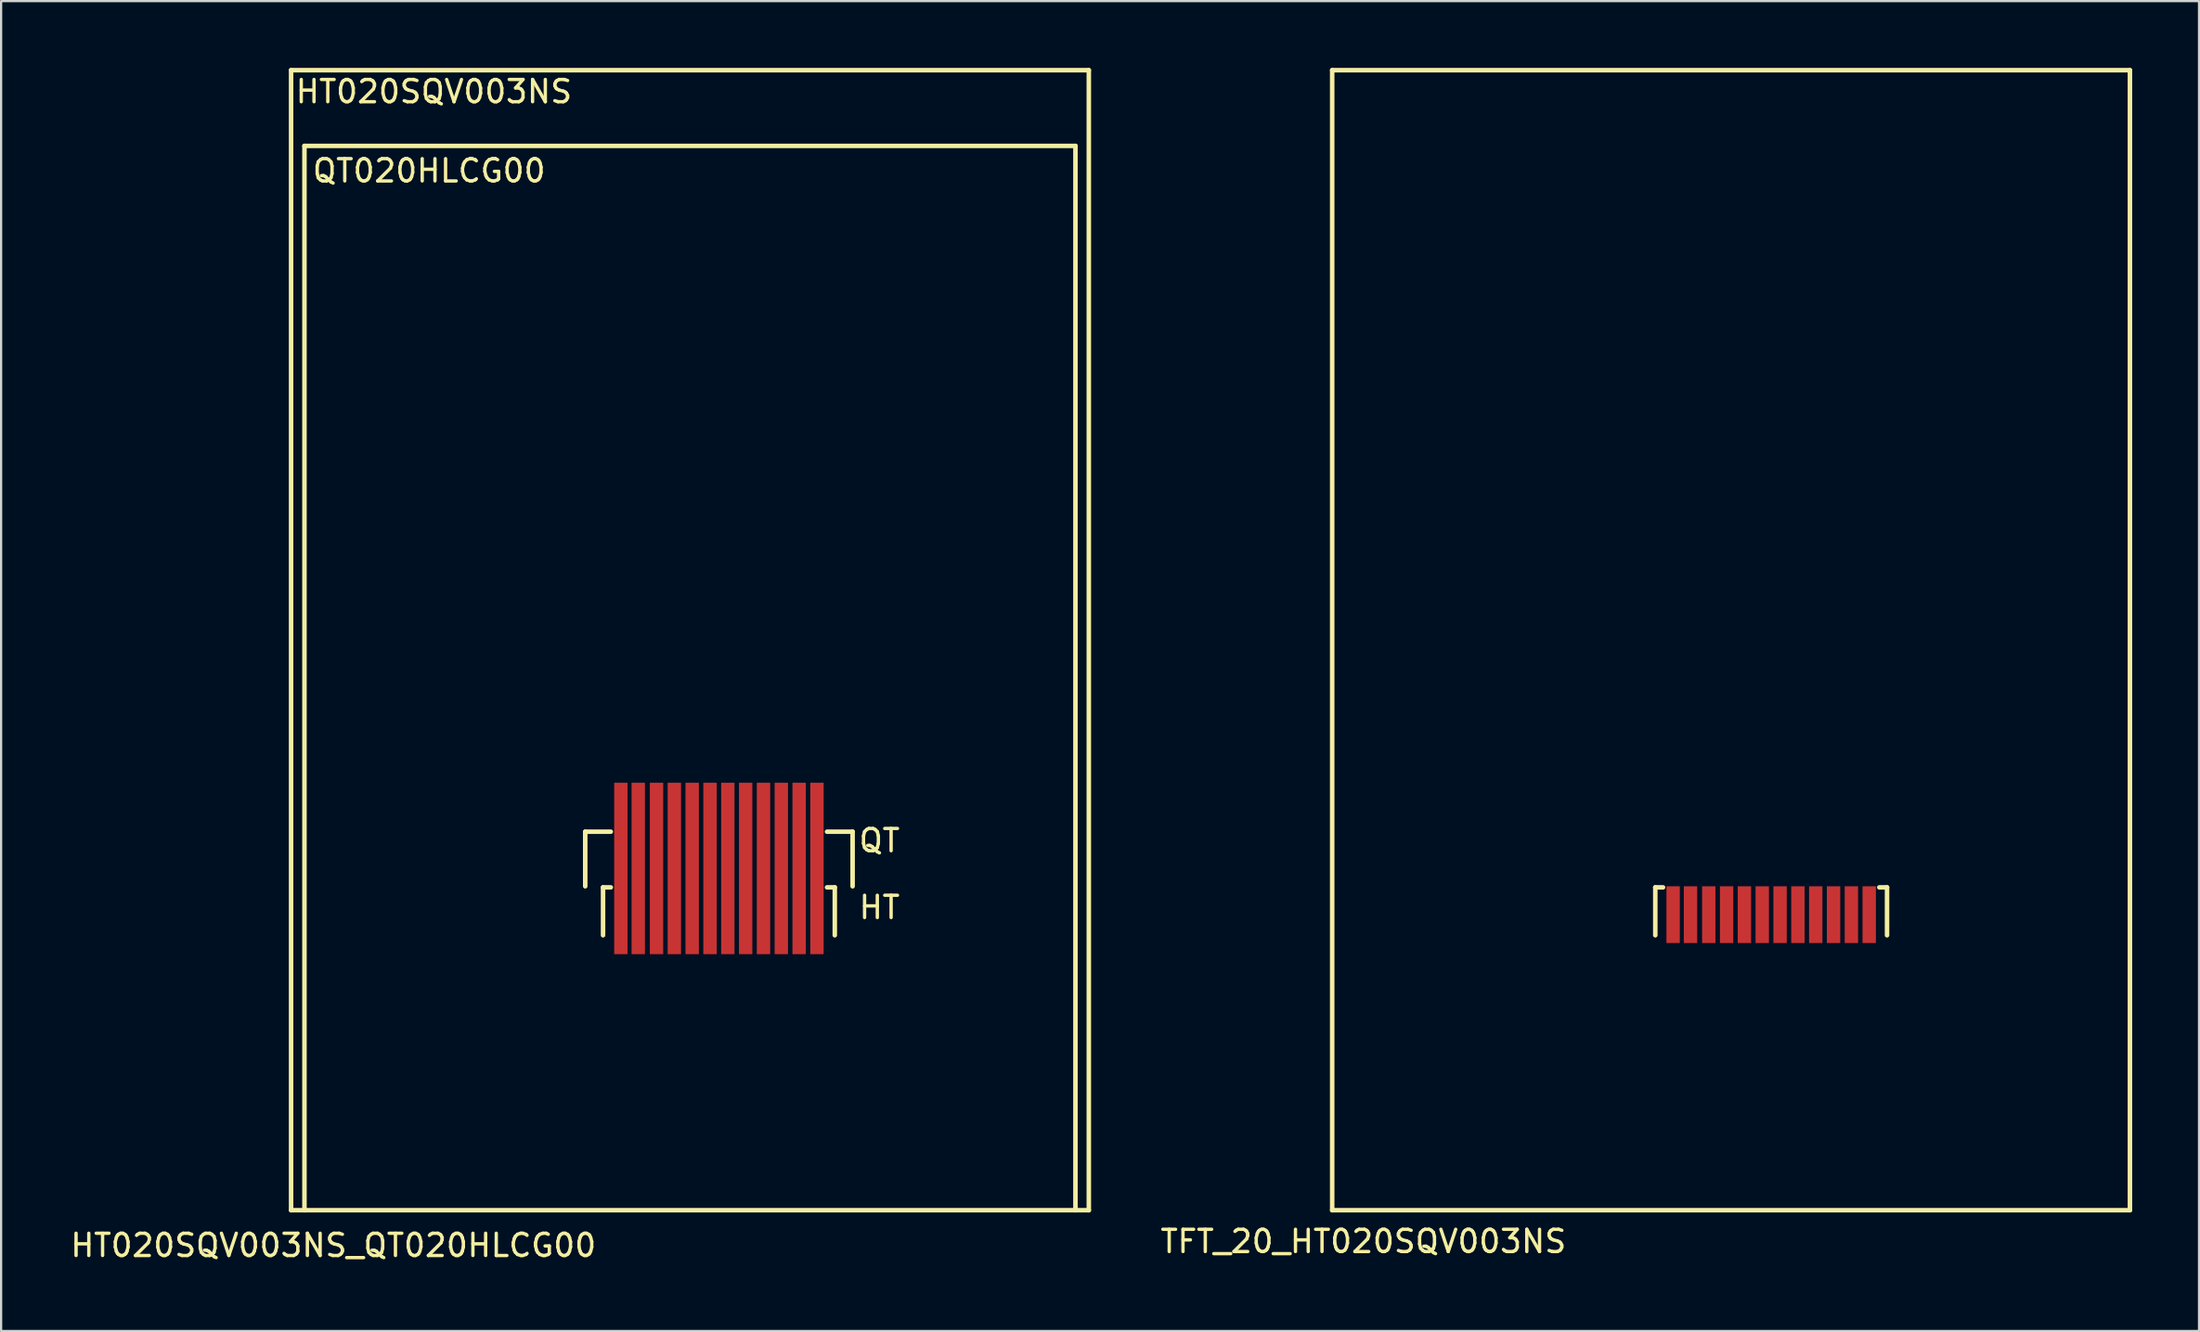
<source format=kicad_pcb>
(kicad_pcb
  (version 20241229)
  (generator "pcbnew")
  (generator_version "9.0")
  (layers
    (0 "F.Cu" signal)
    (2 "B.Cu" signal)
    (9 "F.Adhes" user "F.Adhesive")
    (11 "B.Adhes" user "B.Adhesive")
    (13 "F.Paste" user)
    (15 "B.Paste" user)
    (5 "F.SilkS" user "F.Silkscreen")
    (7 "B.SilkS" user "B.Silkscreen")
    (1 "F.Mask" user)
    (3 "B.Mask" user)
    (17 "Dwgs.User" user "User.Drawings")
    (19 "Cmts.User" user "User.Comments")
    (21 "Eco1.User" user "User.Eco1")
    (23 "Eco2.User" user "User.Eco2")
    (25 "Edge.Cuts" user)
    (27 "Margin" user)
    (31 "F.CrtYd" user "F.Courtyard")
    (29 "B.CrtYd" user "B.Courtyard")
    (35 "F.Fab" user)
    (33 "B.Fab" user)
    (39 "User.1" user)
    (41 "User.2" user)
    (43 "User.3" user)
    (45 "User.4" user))
  (footprint "TFT_20_HT020SQV003NS"
    (layer "F.Cu")
    (at 74.635 25.702)
    (property "Reference" "TFT_20_HT020SQV003NS" (at -16.5 27 0) (layer "F.SilkS") (effects (font (size 1 1) (thickness 0.15))))
    (attr through_hole)
    (fp_line (start -17.9 -25.6) (end 17.9 -25.6) (stroke (width 0.203) (type solid)) (layer "F.SilkS"))
    (fp_line (start -17.9 25.6) (end -17.9 -25.6) (stroke (width 0.203) (type solid)) (layer "F.SilkS"))
    (fp_line (start -17.9 25.6) (end 17.9 25.6) (stroke (width 0.203) (type solid)) (layer "F.SilkS"))
    (fp_line (start -3.4 11.1) (end -3.052 11.1) (stroke (width 0.203) (type solid)) (layer "F.SilkS"))
    (fp_line (start -3.4 13.252) (end -3.4 11.1) (stroke (width 0.203) (type solid)) (layer "F.SilkS"))
    (fp_line (start 6.652 11.1) (end 7 11.1) (stroke (width 0.203) (type solid)) (layer "F.SilkS"))
    (fp_line (start 7 13.252) (end 7 11.1) (stroke (width 0.203) (type solid)) (layer "F.SilkS"))
    (fp_line (start 17.9 25.6) (end 17.9 -25.6) (stroke (width 0.203) (type solid)) (layer "F.SilkS"))
    (pad "1" smd rect (at 6.2 12.326) (size 0.6 2.55) (layers "F.Cu" "F.Mask" "F.Paste"))
    (pad "2" smd rect (at 5.4 12.326) (size 0.6 2.55) (layers "F.Cu" "F.Mask" "F.Paste"))
    (pad "3" smd rect (at 4.6 12.326) (size 0.6 2.55) (layers "F.Cu" "F.Mask" "F.Paste"))
    (pad "4" smd rect (at 3.8 12.326) (size 0.6 2.55) (layers "F.Cu" "F.Mask" "F.Paste"))
    (pad "5" smd rect (at 3 12.326) (size 0.6 2.55) (layers "F.Cu" "F.Mask" "F.Paste"))
    (pad "6" smd rect (at 2.2 12.326) (size 0.6 2.55) (layers "F.Cu" "F.Mask" "F.Paste"))
    (pad "7" smd rect (at 1.4 12.326) (size 0.6 2.55) (layers "F.Cu" "F.Mask" "F.Paste"))
    (pad "8" smd rect (at 0.6 12.326) (size 0.6 2.55) (layers "F.Cu" "F.Mask" "F.Paste"))
    (pad "9" smd rect (at -0.2 12.326) (size 0.6 2.55) (layers "F.Cu" "F.Mask" "F.Paste"))
    (pad "10" smd rect (at -1 12.326) (size 0.6 2.55) (layers "F.Cu" "F.Mask" "F.Paste"))
    (pad "11" smd rect (at -1.82 12.326) (size 0.6 2.55) (layers "F.Cu" "F.Mask" "F.Paste"))
    (pad "12" smd rect (at -2.6 12.326) (size 0.6 2.55) (layers "F.Cu" "F.Mask" "F.Paste")))
  (footprint "HT020SQV003NS_QT020HLCG00"
    (layer "F.Cu")
    (at 27.913 25.702)
    (property "Reference" "HT020SQV003NS_QT020HLCG00" (at -16.002 27.178 0) (layer "F.SilkS") (effects (font (size 1 1) (thickness 0.15))))
    (attr smd)
    (fp_line (start -17.9 -25.6) (end 17.9 -25.6) (stroke (width 0.203) (type solid)) (layer "F.SilkS"))
    (fp_line (start -17.9 25.6) (end -17.9 -25.6) (stroke (width 0.203) (type solid)) (layer "F.SilkS"))
    (fp_line (start -17.9 25.6) (end 17.9 25.6) (stroke (width 0.203) (type solid)) (layer "F.SilkS"))
    (fp_line (start -17.3 -22.2) (end 17.3 -22.2) (stroke (width 0.203) (type solid)) (layer "F.SilkS"))
    (fp_line (start -17.3 25.6) (end -17.3 -22.2) (stroke (width 0.203) (type solid)) (layer "F.SilkS"))
    (fp_line (start -4.7 8.6) (end -3.552 8.6) (stroke (width 0.203) (type solid)) (layer "F.SilkS"))
    (fp_line (start -4.7 11.052) (end -4.7 8.6) (stroke (width 0.203) (type solid)) (layer "F.SilkS"))
    (fp_line (start -3.9 11.1) (end -3.552 11.1) (stroke (width 0.203) (type solid)) (layer "F.SilkS"))
    (fp_line (start -3.9 13.252) (end -3.9 11.1) (stroke (width 0.203) (type solid)) (layer "F.SilkS"))
    (fp_line (start 6.152 8.6) (end 7.3 8.6) (stroke (width 0.203) (type solid)) (layer "F.SilkS"))
    (fp_line (start 6.152 11.1) (end 6.5 11.1) (stroke (width 0.203) (type solid)) (layer "F.SilkS"))
    (fp_line (start 6.5 13.252) (end 6.5 11.1) (stroke (width 0.203) (type solid)) (layer "F.SilkS"))
    (fp_line (start 7.3 11.052) (end 7.3 8.6) (stroke (width 0.203) (type solid)) (layer "F.SilkS"))
    (fp_line (start 17.3 25.6) (end 17.3 -22.2) (stroke (width 0.203) (type solid)) (layer "F.SilkS"))
    (fp_line (start 17.9 25.6) (end 17.9 -25.6) (stroke (width 0.203) (type solid)) (layer "F.SilkS"))
    (fp_text user "QT" (at 7.5 9 0) (layer "F.SilkS") (effects (font (size 1 1) (thickness 0.15)) (justify left)))
    (fp_text user "QT020HLCG00" (at -17.018 -21.082 0) (layer "F.SilkS") (effects (font (size 1 1) (thickness 0.15)) (justify left)))
    (fp_text user "HT020SQV003NS" (at -17.78 -24.638 0) (layer "F.SilkS") (effects (font (size 1 1) (thickness 0.15)) (justify left)))
    (fp_text user "HT" (at 7.5 12 0) (layer "F.SilkS") (effects (font (size 1 1) (thickness 0.15)) (justify left)))
    (pad "1" smd rect (at 5.7 10.25) (size 0.6 7.7) (layers "F.Cu" "F.Mask" "F.Paste"))
    (pad "2" smd rect (at 4.9 10.25) (size 0.6 7.7) (layers "F.Cu" "F.Mask" "F.Paste"))
    (pad "3" smd rect (at 4.1 10.25) (size 0.6 7.7) (layers "F.Cu" "F.Mask" "F.Paste"))
    (pad "4" smd rect (at 3.3 10.25) (size 0.6 7.7) (layers "F.Cu" "F.Mask" "F.Paste"))
    (pad "5" smd rect (at 2.5 10.25) (size 0.6 7.7) (layers "F.Cu" "F.Mask" "F.Paste"))
    (pad "6" smd rect (at 1.7 10.25) (size 0.6 7.7) (layers "F.Cu" "F.Mask" "F.Paste"))
    (pad "7" smd rect (at 0.9 10.25) (size 0.6 7.7) (layers "F.Cu" "F.Mask" "F.Paste"))
    (pad "8" smd rect (at 0.1 10.25) (size 0.6 7.7) (layers "F.Cu" "F.Mask" "F.Paste"))
    (pad "9" smd rect (at -0.7 10.25) (size 0.6 7.7) (layers "F.Cu" "F.Mask" "F.Paste"))
    (pad "10" smd rect (at -1.5 10.25) (size 0.6 7.7) (layers "F.Cu" "F.Mask" "F.Paste"))
    (pad "11" smd rect (at -2.32 10.25) (size 0.6 7.7) (layers "F.Cu" "F.Mask" "F.Paste"))
    (pad "12" smd rect (at -3.1 10.25) (size 0.6 7.7) (layers "F.Cu" "F.Mask" "F.Paste")))
  (gr_rect
    (start -3 -3)
    (end 95.636 56.728)
    (stroke (width 0.1) (type default))
    (fill no)
    (layer "Edge.Cuts")))
</source>
